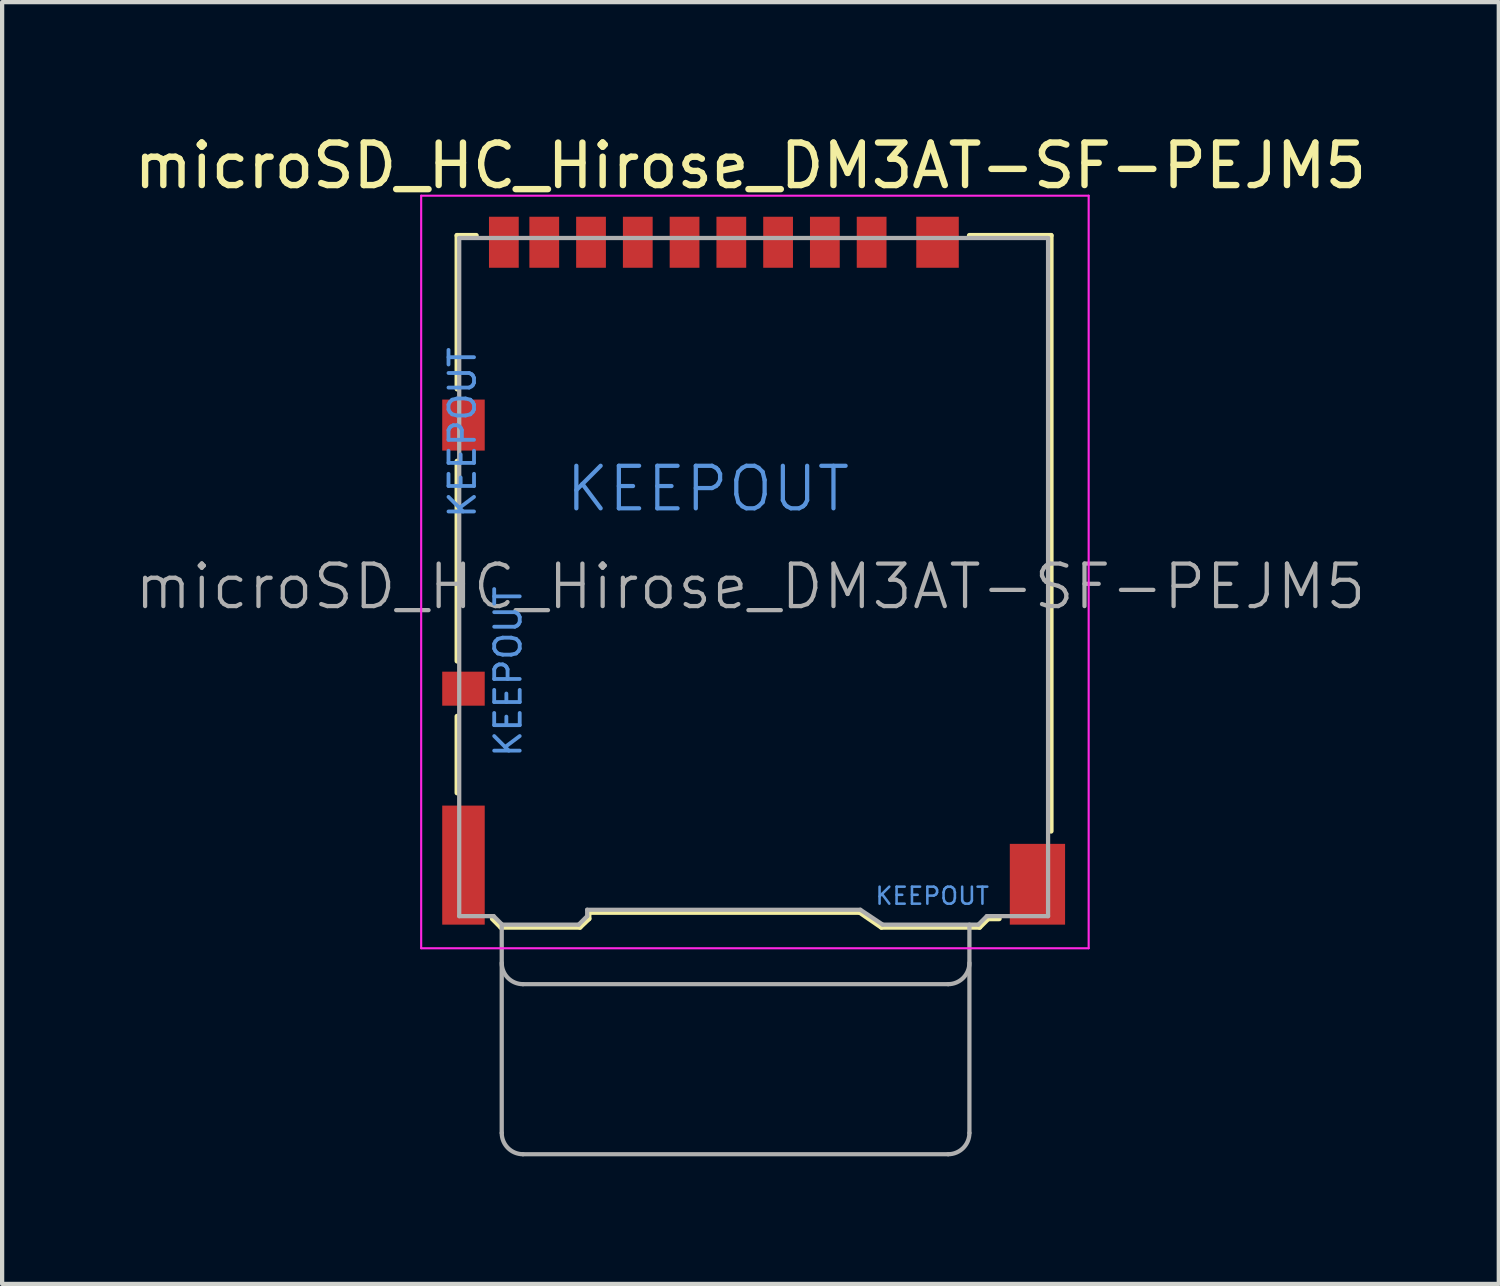
<source format=kicad_pcb>
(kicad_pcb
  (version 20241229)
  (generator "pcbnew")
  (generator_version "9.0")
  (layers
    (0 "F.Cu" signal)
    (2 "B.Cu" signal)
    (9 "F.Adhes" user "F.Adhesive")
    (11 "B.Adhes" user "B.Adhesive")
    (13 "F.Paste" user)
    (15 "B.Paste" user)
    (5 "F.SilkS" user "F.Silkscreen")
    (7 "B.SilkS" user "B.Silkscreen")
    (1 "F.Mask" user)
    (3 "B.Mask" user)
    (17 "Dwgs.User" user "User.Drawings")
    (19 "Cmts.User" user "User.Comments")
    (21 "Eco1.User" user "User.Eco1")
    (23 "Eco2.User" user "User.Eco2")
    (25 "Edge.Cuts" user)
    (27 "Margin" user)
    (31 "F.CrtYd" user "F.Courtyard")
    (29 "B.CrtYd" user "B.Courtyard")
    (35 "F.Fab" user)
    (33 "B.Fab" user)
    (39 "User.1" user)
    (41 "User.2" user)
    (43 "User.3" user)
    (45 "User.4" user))
  (footprint "microSD_HC_Hirose_DM3AT-SF-PEJM5"
    (layer "F.Cu")
    (at 14.676 10.373)
    (property "Reference" "microSD_HC_Hirose_DM3AT-SF-PEJM5" (at -0.075 -9.525 0) (layer "F.SilkS") (effects (font (size 1 1) (thickness 0.15))))
    (attr smd)
    (fp_line (start -6.975 -7.885) (end -6.975 -4.275) (stroke (width 0.12) (type solid)) (layer "F.SilkS"))
    (fp_line (start -6.975 -2.575) (end -6.975 2.125) (stroke (width 0.12) (type solid)) (layer "F.SilkS"))
    (fp_line (start -6.975 3.425) (end -6.975 5.225) (stroke (width 0.12) (type solid)) (layer "F.SilkS"))
    (fp_line (start -6.525 -7.885) (end -6.975 -7.885) (stroke (width 0.12) (type solid)) (layer "F.SilkS"))
    (fp_line (start -5.945 8.385) (end -6.145 8.185) (stroke (width 0.12) (type solid)) (layer "F.SilkS"))
    (fp_line (start -5.945 8.385) (end -4.085 8.385) (stroke (width 0.12) (type solid)) (layer "F.SilkS"))
    (fp_line (start -4.085 8.385) (end -3.875 8.185) (stroke (width 0.12) (type solid)) (layer "F.SilkS"))
    (fp_line (start -3.875 8.035) (end -3.875 8.185) (stroke (width 0.12) (type solid)) (layer "F.SilkS"))
    (fp_line (start -3.875 8.035) (end 2.495 8.035) (stroke (width 0.12) (type solid)) (layer "F.SilkS"))
    (fp_line (start 3.005 8.385) (end 2.495 8.035) (stroke (width 0.12) (type solid)) (layer "F.SilkS"))
    (fp_line (start 5.075 -7.885) (end 6.995 -7.885) (stroke (width 0.12) (type solid)) (layer "F.SilkS"))
    (fp_line (start 5.315 8.385) (end 3.005 8.385) (stroke (width 0.12) (type solid)) (layer "F.SilkS"))
    (fp_line (start 5.315 8.385) (end 5.515 8.185) (stroke (width 0.12) (type solid)) (layer "F.SilkS"))
    (fp_line (start 5.515 8.185) (end 5.775 8.185) (stroke (width 0.12) (type solid)) (layer "F.SilkS"))
    (fp_line (start 6.995 -7.885) (end 6.995 6.125) (stroke (width 0.12) (type solid)) (layer "F.SilkS"))
    (fp_line (start -7.82 -8.82) (end 7.88 -8.82) (stroke (width 0.05) (type solid)) (layer "F.CrtYd"))
    (fp_line (start -7.82 8.88) (end -7.82 -8.82) (stroke (width 0.05) (type solid)) (layer "F.CrtYd"))
    (fp_line (start 7.88 -8.82) (end 7.88 8.88) (stroke (width 0.05) (type solid)) (layer "F.CrtYd"))
    (fp_line (start 7.88 8.88) (end -7.82 8.88) (stroke (width 0.05) (type solid)) (layer "F.CrtYd"))
    (fp_line (start -6.925 8.125) (end -6.925 -7.825) (stroke (width 0.1) (type solid)) (layer "F.Fab"))
    (fp_line (start -6.115 8.125) (end -6.925 8.125) (stroke (width 0.1) (type solid)) (layer "F.Fab"))
    (fp_line (start -5.925 8.325) (end -5.925 13.225) (stroke (width 0.1) (type solid)) (layer "F.Fab"))
    (fp_line (start -5.915 8.325) (end -6.115 8.125) (stroke (width 0.1) (type solid)) (layer "F.Fab"))
    (fp_line (start -5.425 9.725) (end 4.575 9.725) (stroke (width 0.1) (type solid)) (layer "F.Fab"))
    (fp_line (start -5.425 13.725) (end 4.575 13.725) (stroke (width 0.1) (type solid)) (layer "F.Fab"))
    (fp_line (start -4.115 8.325) (end -5.915 8.325) (stroke (width 0.1) (type solid)) (layer "F.Fab"))
    (fp_line (start -3.915 8.125) (end -4.115 8.325) (stroke (width 0.1) (type solid)) (layer "F.Fab"))
    (fp_line (start -3.915 8.125) (end -3.915 7.975) (stroke (width 0.1) (type solid)) (layer "F.Fab"))
    (fp_line (start 2.51 7.975) (end -3.915 7.975) (stroke (width 0.1) (type solid)) (layer "F.Fab"))
    (fp_line (start 3.035 8.325) (end 2.51 7.975) (stroke (width 0.1) (type solid)) (layer "F.Fab"))
    (fp_line (start 5.075 13.225) (end 5.075 8.325) (stroke (width 0.1) (type solid)) (layer "F.Fab"))
    (fp_line (start 5.285 8.325) (end 3.035 8.325) (stroke (width 0.1) (type solid)) (layer "F.Fab"))
    (fp_line (start 5.285 8.325) (end 5.485 8.125) (stroke (width 0.1) (type solid)) (layer "F.Fab"))
    (fp_line (start 5.485 8.125) (end 6.925 8.125) (stroke (width 0.1) (type solid)) (layer "F.Fab"))
    (fp_line (start 6.925 -7.825) (end -6.925 -7.825) (stroke (width 0.1) (type solid)) (layer "F.Fab"))
    (fp_line (start 6.925 8.125) (end 6.925 -7.825) (stroke (width 0.1) (type solid)) (layer "F.Fab"))
    (fp_arc (start -5.425 9.725) (mid -5.778553 9.578553) (end -5.925 9.225) (stroke (width 0.1) (type solid)) (layer "F.Fab"))
    (fp_arc (start -5.425 13.725) (mid -5.778553 13.578553) (end -5.925 13.225) (stroke (width 0.1) (type solid)) (layer "F.Fab"))
    (fp_arc (start 5.075 9.225) (mid 4.928553 9.578553) (end 4.575 9.725) (stroke (width 0.1) (type solid)) (layer "F.Fab"))
    (fp_arc (start 5.075 13.225) (mid 4.928553 13.578553) (end 4.575 13.725) (stroke (width 0.1) (type solid)) (layer "F.Fab"))
    (fp_text user "KEEPOUT" (at -1.075 -1.925 0) (layer "Cmts.User") (effects (font (size 1 1) (thickness 0.1))))
    (fp_text user "KEEPOUT" (at -6.85 -3.25 90) (layer "Cmts.User") (effects (font (size 0.6 0.6) (thickness 0.09))))
    (fp_text user "KEEPOUT" (at 4.2 7.65 0) (layer "Cmts.User") (effects (font (size 0.4 0.4) (thickness 0.06))))
    (fp_text user "KEEPOUT" (at -5.775 2.375 90) (layer "Cmts.User") (effects (font (size 0.6 0.6) (thickness 0.09))))
    (fp_text user "${REFERENCE}" (at -0.075 0.375 0) (layer "F.Fab") (effects (font (size 1 1) (thickness 0.1))))
    (pad "1" smd rect (at 2.775 -7.725) (size 0.7 1.2) (layers "F.Cu" "F.Mask" "F.Paste"))
    (pad "2" smd rect (at 1.675 -7.725) (size 0.7 1.2) (layers "F.Cu" "F.Mask" "F.Paste"))
    (pad "3" smd rect (at 0.575 -7.725) (size 0.7 1.2) (layers "F.Cu" "F.Mask" "F.Paste"))
    (pad "4" smd rect (at -0.525 -7.725) (size 0.7 1.2) (layers "F.Cu" "F.Mask" "F.Paste"))
    (pad "5" smd rect (at -1.625 -7.725) (size 0.7 1.2) (layers "F.Cu" "F.Mask" "F.Paste"))
    (pad "6" smd rect (at -2.725 -7.725) (size 0.7 1.2) (layers "F.Cu" "F.Mask" "F.Paste"))
    (pad "7" smd rect (at -3.825 -7.725) (size 0.7 1.2) (layers "F.Cu" "F.Mask" "F.Paste"))
    (pad "8" smd rect (at -4.925 -7.725) (size 0.7 1.2) (layers "F.Cu" "F.Mask" "F.Paste"))
    (pad "9" smd rect (at -5.875 -7.725) (size 0.7 1.2) (layers "F.Cu" "F.Mask" "F.Paste"))
    (pad "10" smd rect (at -6.825 2.775) (size 1 0.8) (layers "F.Cu" "F.Mask" "F.Paste"))
    (pad "11" smd rect (at -6.825 -3.425) (size 1 1.2) (layers "F.Cu" "F.Mask" "F.Paste"))
    (pad "11" smd rect (at -6.825 6.925) (size 1 2.8) (layers "F.Cu" "F.Mask" "F.Paste"))
    (pad "11" smd rect (at 4.325 -7.725) (size 1 1.2) (layers "F.Cu" "F.Mask" "F.Paste"))
    (pad "11" smd rect (at 6.675 7.375) (size 1.3 1.9) (layers "F.Cu" "F.Mask" "F.Paste"))
    (zone (net_name "") (layer "F.Cu") (hatch full 0.508) (connect_pads) (min_thickness 0.254) (filled_areas_thickness no) (keepout (tracks not_allowed) (vias not_allowed) (pads not_allowed) (copperpour not_allowed) (footprints not_allowed)) (placement (enabled no)) (fill) (polygon (pts (xy 8.201 6.348) (xy 7.451 6.348) (xy 7.451 3.098) (xy 8.201 3.098))))
    (zone (net_name "") (layer "F.Cu") (hatch full 0.508) (connect_pads) (min_thickness 0.254) (filled_areas_thickness no) (keepout (tracks not_allowed) (vias not_allowed) (pads not_allowed) (copperpour not_allowed) (footprints not_allowed)) (placement (enabled no)) (fill) (polygon (pts (xy 8.201 11.148) (xy 7.451 11.148) (xy 7.451 7.548) (xy 8.201 7.548))))
    (zone (net_name "") (layer "F.Cu") (hatch full 0.508) (connect_pads) (min_thickness 0.254) (filled_areas_thickness no) (keepout (tracks not_allowed) (vias not_allowed) (pads not_allowed) (copperpour not_allowed) (footprints not_allowed)) (placement (enabled no)) (fill) (polygon (pts (xy 8.551 8.948) (xy 9.251 8.948) (xy 9.251 16.548) (xy 8.551 16.548))))
    (zone (net_name "") (layer "F.Cu") (hatch full 0.508) (connect_pads) (min_thickness 0.254) (filled_areas_thickness no) (keepout (tracks not_allowed) (vias not_allowed) (pads not_allowed) (copperpour not_allowed) (footprints not_allowed)) (placement (enabled no)) (fill) (polygon (pts (xy 17.601 17.348) (xy 20.151 17.348) (xy 20.151 18.698) (xy 17.601 18.698))))
    (zone (net_name "") (layer "F.Cu") (hatch full 0.508) (connect_pads) (min_thickness 0.254) (filled_areas_thickness no) (keepout (tracks not_allowed) (vias not_allowed) (pads not_allowed) (copperpour not_allowed) (footprints not_allowed)) (placement (enabled no)) (fill) (polygon (pts (xy 17.951 9.248) (xy 9.251 9.248) (xy 9.251 7.648) (xy 17.951 7.648)))))
  (gr_rect
    (start -3 -3)
    (end 32.202 27.148)
    (stroke (width 0.1) (type default))
    (fill no)
    (layer "Edge.Cuts")))
</source>
